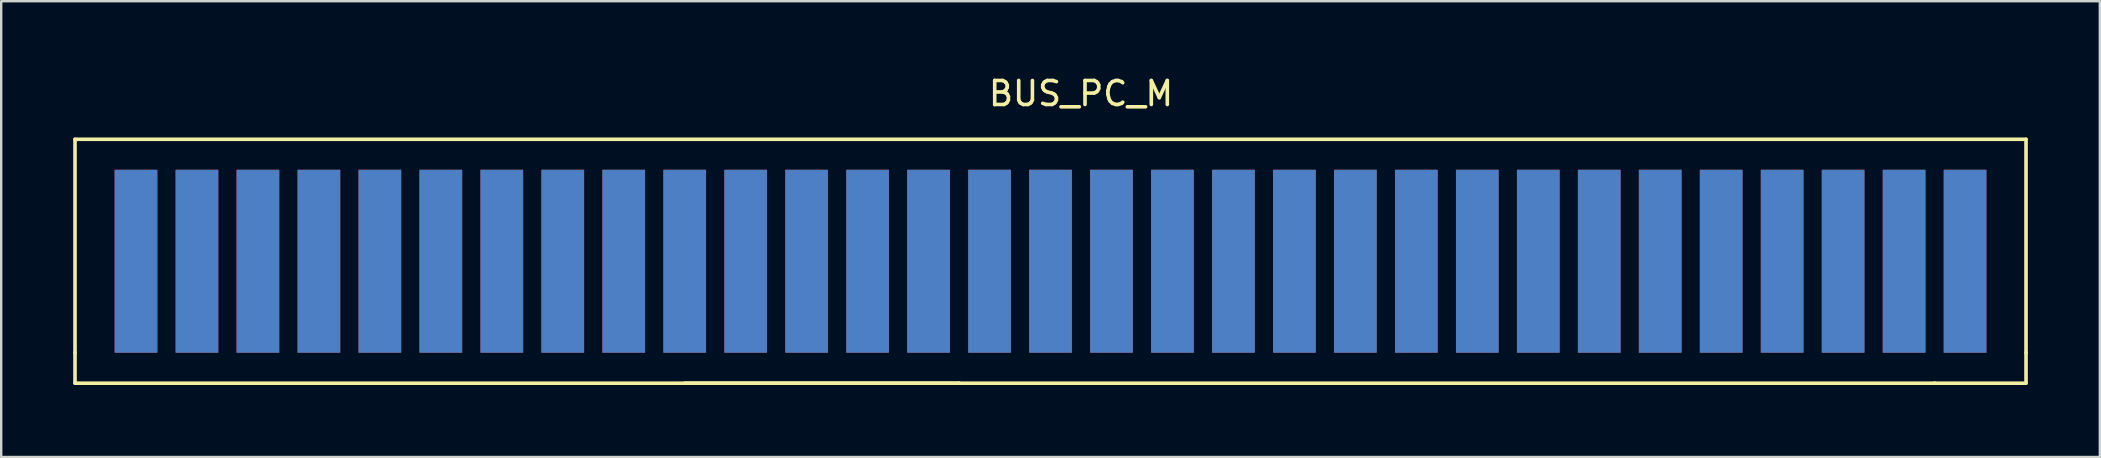
<source format=kicad_pcb>
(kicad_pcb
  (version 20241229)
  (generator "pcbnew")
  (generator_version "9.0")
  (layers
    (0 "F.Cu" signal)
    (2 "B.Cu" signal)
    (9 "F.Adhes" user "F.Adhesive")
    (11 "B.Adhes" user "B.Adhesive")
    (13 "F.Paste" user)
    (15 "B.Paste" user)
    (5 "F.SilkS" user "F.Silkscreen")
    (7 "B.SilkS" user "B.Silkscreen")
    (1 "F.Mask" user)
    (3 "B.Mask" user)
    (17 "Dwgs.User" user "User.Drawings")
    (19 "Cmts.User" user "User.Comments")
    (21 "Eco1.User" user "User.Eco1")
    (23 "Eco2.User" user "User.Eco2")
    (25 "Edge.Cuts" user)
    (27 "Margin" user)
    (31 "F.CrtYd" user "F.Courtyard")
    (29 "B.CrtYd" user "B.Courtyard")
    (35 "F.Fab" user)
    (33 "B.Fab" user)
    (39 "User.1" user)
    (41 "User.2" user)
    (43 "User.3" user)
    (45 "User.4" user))
  (footprint "BUS_PC_M"
    (layer "F.Cu")
    (at 40.715 7.833)
    (property "Reference" "BUS_PC_M" (at 1.27 -6.985 0) (layer "F.SilkS") (effects (font (size 1 1) (thickness 0.15))))
    (attr through_hole)
    (fp_line (start -40.64 -5.08) (end 40.64 -5.08) (stroke (width 0.15) (type solid)) (layer "F.SilkS"))
    (fp_line (start -40.64 3.81) (end -40.64 -5.08) (stroke (width 0.15) (type solid)) (layer "F.SilkS"))
    (fp_line (start -40.64 3.81) (end -40.64 5.08) (stroke (width 0.15) (type solid)) (layer "F.SilkS"))
    (fp_line (start -40.64 5.08) (end -3.81 5.08) (stroke (width 0.15) (type solid)) (layer "F.SilkS"))
    (fp_line (start -3.81 5.08) (end -15.24 5.08) (stroke (width 0.15) (type solid)) (layer "F.SilkS"))
    (fp_line (start -3.81 5.08) (end 36.83 5.08) (stroke (width 0.15) (type solid)) (layer "F.SilkS"))
    (fp_line (start 40.64 -5.08) (end 40.64 3.81) (stroke (width 0.15) (type solid)) (layer "F.SilkS"))
    (fp_line (start 40.64 3.81) (end 40.64 5.08) (stroke (width 0.15) (type solid)) (layer "F.SilkS"))
    (fp_line (start 40.64 5.08) (end 36.83 5.08) (stroke (width 0.15) (type solid)) (layer "F.SilkS"))
    (pad "1" connect rect (at 38.1 0) (size 1.778 7.62) (layers "B.Cu" "B.Mask"))
    (pad "2" connect rect (at 35.56 0) (size 1.778 7.62) (layers "B.Cu" "B.Mask"))
    (pad "3" connect rect (at 33.02 0) (size 1.778 7.62) (layers "B.Cu" "B.Mask"))
    (pad "4" connect rect (at 30.48 0) (size 1.778 7.62) (layers "B.Cu" "B.Mask"))
    (pad "5" connect rect (at 27.94 0) (size 1.778 7.62) (layers "B.Cu" "B.Mask"))
    (pad "6" connect rect (at 25.4 0) (size 1.778 7.62) (layers "B.Cu" "B.Mask"))
    (pad "7" connect rect (at 22.86 0) (size 1.778 7.62) (layers "B.Cu" "B.Mask"))
    (pad "8" connect rect (at 20.32 0) (size 1.778 7.62) (layers "B.Cu" "B.Mask"))
    (pad "9" connect rect (at 17.78 0) (size 1.778 7.62) (layers "B.Cu" "B.Mask"))
    (pad "10" connect rect (at 15.24 0) (size 1.778 7.62) (layers "B.Cu" "B.Mask"))
    (pad "11" connect rect (at 12.7 0) (size 1.778 7.62) (layers "B.Cu" "B.Mask"))
    (pad "12" connect rect (at 10.16 0) (size 1.778 7.62) (layers "B.Cu" "B.Mask"))
    (pad "13" connect rect (at 7.62 0) (size 1.778 7.62) (layers "B.Cu" "B.Mask"))
    (pad "14" connect rect (at 5.08 0) (size 1.778 7.62) (layers "B.Cu" "B.Mask"))
    (pad "15" connect rect (at 2.54 0) (size 1.778 7.62) (layers "B.Cu" "B.Mask"))
    (pad "16" connect rect (at 0 0) (size 1.778 7.62) (layers "B.Cu" "B.Mask"))
    (pad "17" connect rect (at -2.54 0) (size 1.778 7.62) (layers "B.Cu" "B.Mask"))
    (pad "18" connect rect (at -5.08 0) (size 1.778 7.62) (layers "B.Cu" "B.Mask"))
    (pad "19" connect rect (at -7.62 0) (size 1.778 7.62) (layers "B.Cu" "B.Mask"))
    (pad "20" connect rect (at -10.16 0) (size 1.778 7.62) (layers "B.Cu" "B.Mask"))
    (pad "21" connect rect (at -12.7 0) (size 1.778 7.62) (layers "B.Cu" "B.Mask"))
    (pad "22" connect rect (at -15.24 0) (size 1.778 7.62) (layers "B.Cu" "B.Mask"))
    (pad "23" connect rect (at -17.78 0) (size 1.778 7.62) (layers "B.Cu" "B.Mask"))
    (pad "24" connect rect (at -20.32 0) (size 1.778 7.62) (layers "B.Cu" "B.Mask"))
    (pad "25" connect rect (at -22.86 0) (size 1.778 7.62) (layers "B.Cu" "B.Mask"))
    (pad "26" connect rect (at -25.4 0) (size 1.778 7.62) (layers "B.Cu" "B.Mask"))
    (pad "27" connect rect (at -27.94 0) (size 1.778 7.62) (layers "B.Cu" "B.Mask"))
    (pad "28" connect rect (at -30.48 0) (size 1.778 7.62) (layers "B.Cu" "B.Mask"))
    (pad "29" connect rect (at -33.02 0) (size 1.778 7.62) (layers "B.Cu" "B.Mask"))
    (pad "30" connect rect (at -35.56 0) (size 1.778 7.62) (layers "B.Cu" "B.Mask"))
    (pad "31" connect rect (at -38.1 0) (size 1.778 7.62) (layers "B.Cu" "B.Mask"))
    (pad "32" connect rect (at 38.1 0) (size 1.778 7.62) (layers "F.Cu" "F.Mask"))
    (pad "33" connect rect (at 35.56 0) (size 1.778 7.62) (layers "F.Cu" "F.Mask"))
    (pad "34" connect rect (at 33.02 0) (size 1.778 7.62) (layers "F.Cu" "F.Mask"))
    (pad "35" connect rect (at 30.48 0) (size 1.778 7.62) (layers "F.Cu" "F.Mask"))
    (pad "36" connect rect (at 27.94 0) (size 1.778 7.62) (layers "F.Cu" "F.Mask"))
    (pad "37" connect rect (at 25.4 0) (size 1.778 7.62) (layers "F.Cu" "F.Mask"))
    (pad "38" connect rect (at 22.86 0) (size 1.778 7.62) (layers "F.Cu" "F.Mask"))
    (pad "39" connect rect (at 20.32 0) (size 1.778 7.62) (layers "F.Cu" "F.Mask"))
    (pad "40" connect rect (at 17.78 0) (size 1.778 7.62) (layers "F.Cu" "F.Mask"))
    (pad "41" connect rect (at 15.24 0) (size 1.778 7.62) (layers "F.Cu" "F.Mask"))
    (pad "42" connect rect (at 12.7 0) (size 1.778 7.62) (layers "F.Cu" "F.Mask"))
    (pad "43" connect rect (at 10.16 0) (size 1.778 7.62) (layers "F.Cu" "F.Mask"))
    (pad "44" connect rect (at 7.62 0) (size 1.778 7.62) (layers "F.Cu" "F.Mask"))
    (pad "45" connect rect (at 5.08 0) (size 1.778 7.62) (layers "F.Cu" "F.Mask"))
    (pad "46" connect rect (at 2.54 0) (size 1.778 7.62) (layers "F.Cu" "F.Mask"))
    (pad "47" connect rect (at 0 0) (size 1.778 7.62) (layers "F.Cu" "F.Mask"))
    (pad "48" connect rect (at -2.54 0) (size 1.778 7.62) (layers "F.Cu" "F.Mask"))
    (pad "49" connect rect (at -5.08 0) (size 1.778 7.62) (layers "F.Cu" "F.Mask"))
    (pad "50" connect rect (at -7.62 0) (size 1.778 7.62) (layers "F.Cu" "F.Mask"))
    (pad "51" connect rect (at -10.16 0) (size 1.778 7.62) (layers "F.Cu" "F.Mask"))
    (pad "52" connect rect (at -12.7 0) (size 1.778 7.62) (layers "F.Cu" "F.Mask"))
    (pad "53" connect rect (at -15.24 0) (size 1.778 7.62) (layers "F.Cu" "F.Mask"))
    (pad "54" connect rect (at -17.78 0) (size 1.778 7.62) (layers "F.Cu" "F.Mask"))
    (pad "55" connect rect (at -20.32 0) (size 1.778 7.62) (layers "F.Cu" "F.Mask"))
    (pad "56" connect rect (at -22.86 0) (size 1.778 7.62) (layers "F.Cu" "F.Mask"))
    (pad "57" connect rect (at -25.4 0) (size 1.778 7.62) (layers "F.Cu" "F.Mask"))
    (pad "58" connect rect (at -27.94 0) (size 1.778 7.62) (layers "F.Cu" "F.Mask"))
    (pad "59" connect rect (at -30.48 0) (size 1.778 7.62) (layers "F.Cu" "F.Mask"))
    (pad "60" connect rect (at -33.02 0) (size 1.778 7.62) (layers "F.Cu" "F.Mask"))
    (pad "61" connect rect (at -35.56 0) (size 1.778 7.62) (layers "F.Cu" "F.Mask"))
    (pad "62" connect rect (at -38.1 0) (size 1.778 7.62) (layers "F.Cu" "F.Mask")))
  (gr_rect
    (start -3 -3)
    (end 84.43 15.988)
    (stroke (width 0.1) (type default))
    (fill no)
    (layer "Edge.Cuts")))
</source>
